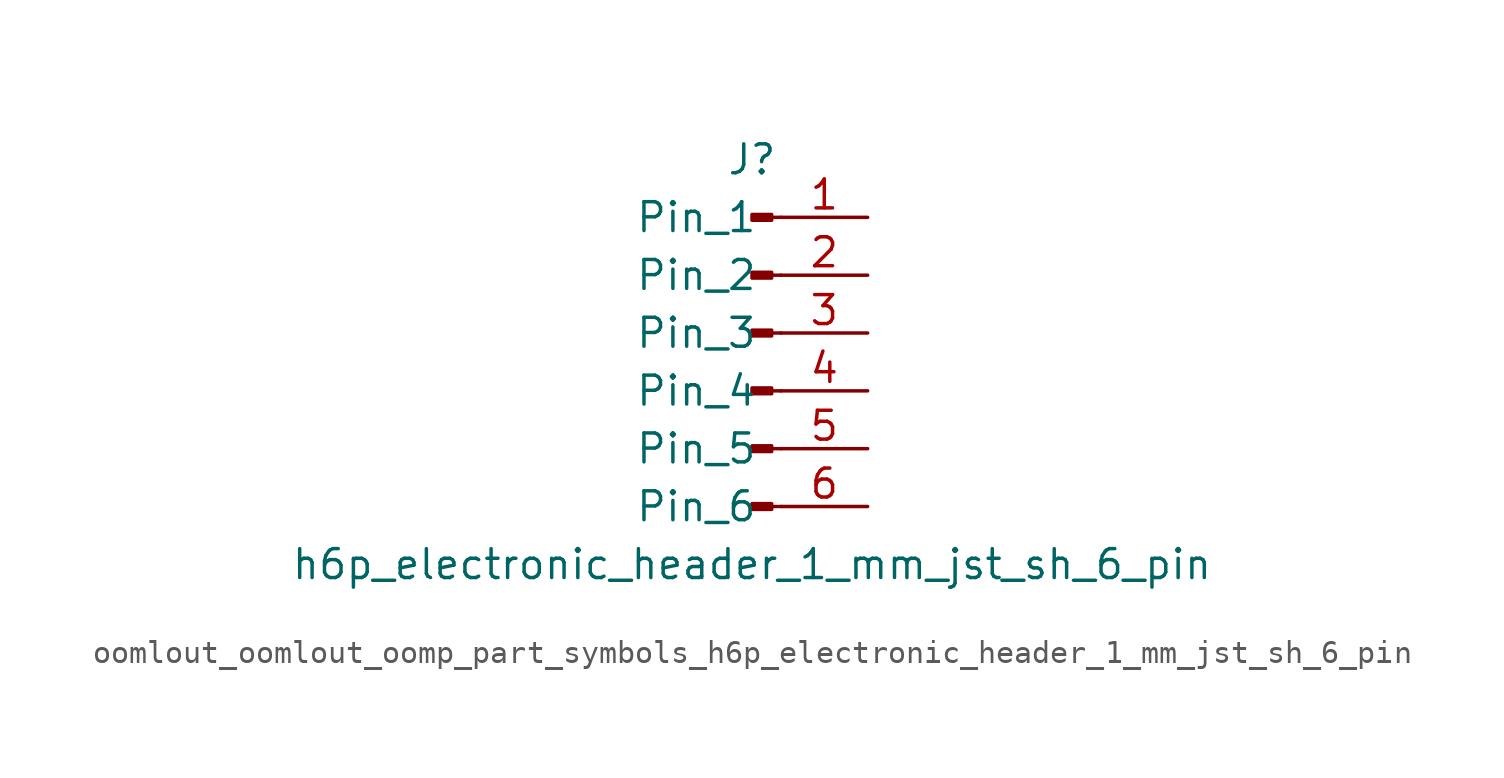
<source format=kicad_sym>
(kicad_symbol_lib
  (version 20220914)
  (generator kicad_symbol_editor)
  (symbol "oomlout_oomlout_oomp_part_symbols_h6p_electronic_header_1_mm_jst_sh_6_pin"
    (pin_names
      (offset 1.016))
    (property "Reference" "J"
      (at 0 7.62 0)
      (effects (font (size 1.27 1.27))))
    (property "Value" "h6p_electronic_header_1_mm_jst_sh_6_pin"
      (at 0 -10.16 0)
      (effects (font (size 1.27 1.27))))
    (property "ki_locked" ""
      (at 0 0 0)
      (effects (font (size 1.27 1.27))))
    (symbol "oomlout_oomlout_oomp_part_symbols_h6p_electronic_header_1_mm_jst_sh_6_pin_1_1"
      (polyline (pts (xy 1.27 -7.62) (xy 0.864 -7.62)) (stroke (width 0.152) (type default)) (fill (type none)))
      (polyline (pts (xy 1.27 -5.08) (xy 0.864 -5.08)) (stroke (width 0.152) (type default)) (fill (type none)))
      (polyline (pts (xy 1.27 -2.54) (xy 0.864 -2.54)) (stroke (width 0.152) (type default)) (fill (type none)))
      (polyline (pts (xy 1.27 0) (xy 0.864 0)) (stroke (width 0.152) (type default)) (fill (type none)))
      (polyline (pts (xy 1.27 2.54) (xy 0.864 2.54)) (stroke (width 0.152) (type default)) (fill (type none)))
      (polyline (pts (xy 1.27 5.08) (xy 0.864 5.08)) (stroke (width 0.152) (type default)) (fill (type none)))
      (rectangle (start 0.864 -7.493) (end 0 -7.747) (stroke (width 0.152) (type default)) (fill (type outline)))
      (rectangle (start 0.864 -4.953) (end 0 -5.207) (stroke (width 0.152) (type default)) (fill (type outline)))
      (rectangle (start 0.864 -2.413) (end 0 -2.667) (stroke (width 0.152) (type default)) (fill (type outline)))
      (rectangle (start 0.864 0.127) (end 0 -0.127) (stroke (width 0.152) (type default)) (fill (type outline)))
      (rectangle (start 0.864 2.667) (end 0 2.413) (stroke (width 0.152) (type default)) (fill (type outline)))
      (rectangle (start 0.864 5.207) (end 0 4.953) (stroke (width 0.152) (type default)) (fill (type outline)))
      (pin passive line (at 5.08 5.08 180) (length 3.81) (name "Pin_1" (effects (font (size 1.27 1.27)))) (number "1" (effects (font (size 1.27 1.27)))))
      (pin passive line (at 5.08 2.54 180) (length 3.81) (name "Pin_2" (effects (font (size 1.27 1.27)))) (number "2" (effects (font (size 1.27 1.27)))))
      (pin passive line (at 5.08 0 180) (length 3.81) (name "Pin_3" (effects (font (size 1.27 1.27)))) (number "3" (effects (font (size 1.27 1.27)))))
      (pin passive line (at 5.08 -2.54 180) (length 3.81) (name "Pin_4" (effects (font (size 1.27 1.27)))) (number "4" (effects (font (size 1.27 1.27)))))
      (pin passive line (at 5.08 -5.08 180) (length 3.81) (name "Pin_5" (effects (font (size 1.27 1.27)))) (number "5" (effects (font (size 1.27 1.27)))))
      (pin passive line (at 5.08 -7.62 180) (length 3.81) (name "Pin_6" (effects (font (size 1.27 1.27)))) (number "6" (effects (font (size 1.27 1.27))))))))
</source>
